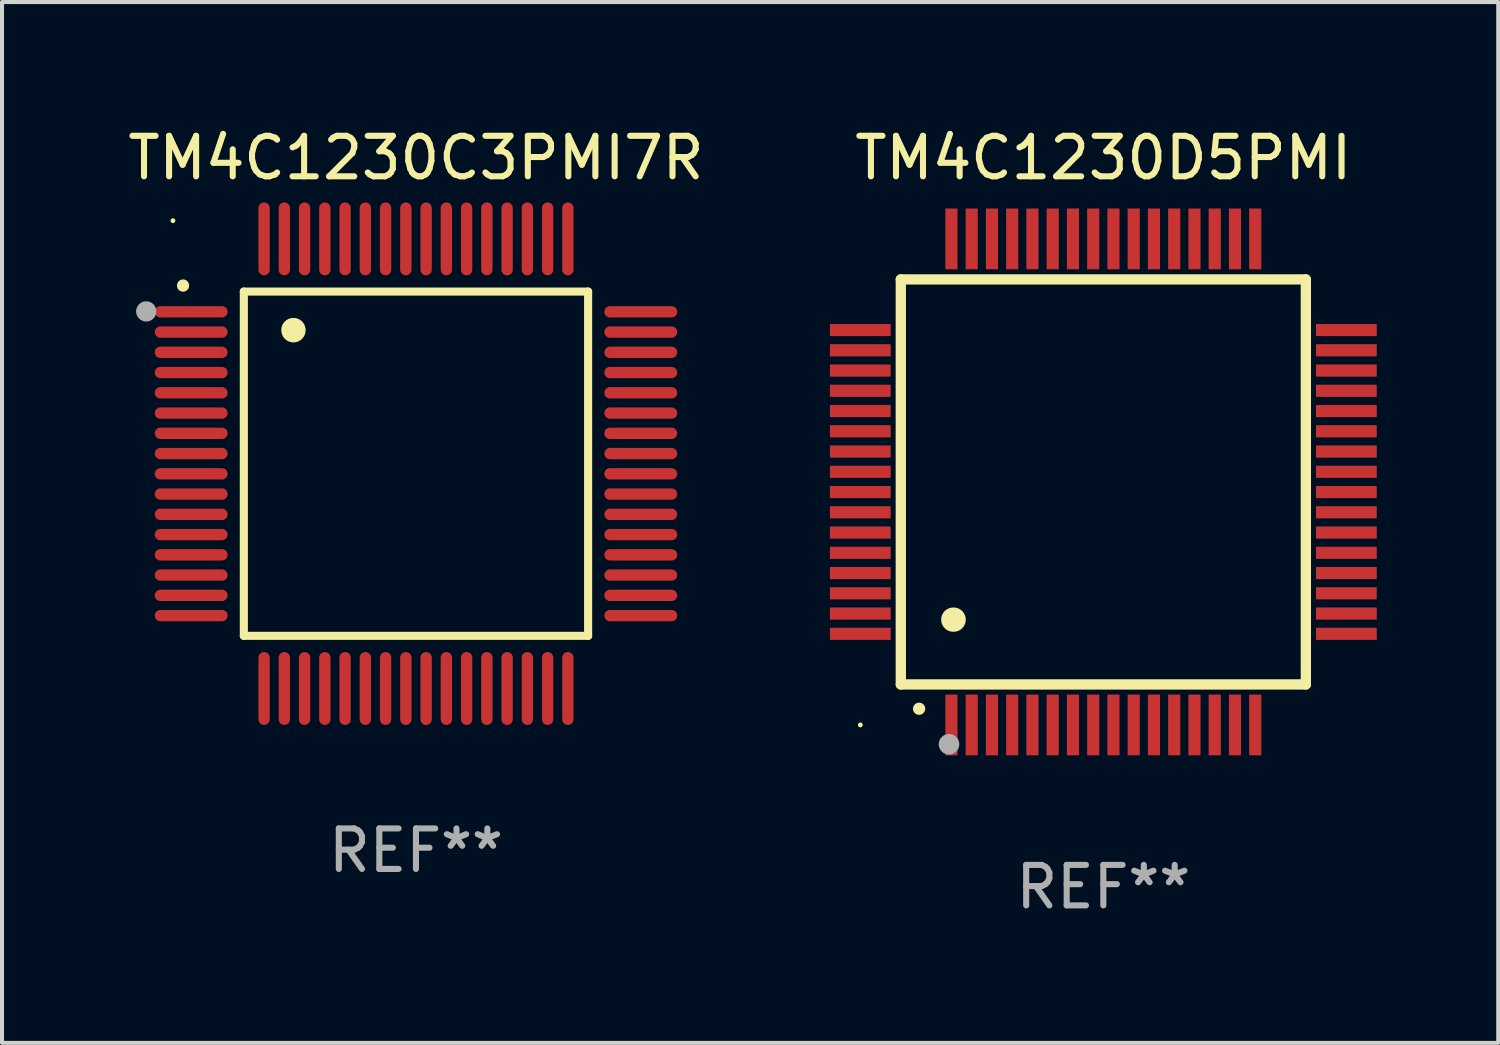
<source format=kicad_pcb>
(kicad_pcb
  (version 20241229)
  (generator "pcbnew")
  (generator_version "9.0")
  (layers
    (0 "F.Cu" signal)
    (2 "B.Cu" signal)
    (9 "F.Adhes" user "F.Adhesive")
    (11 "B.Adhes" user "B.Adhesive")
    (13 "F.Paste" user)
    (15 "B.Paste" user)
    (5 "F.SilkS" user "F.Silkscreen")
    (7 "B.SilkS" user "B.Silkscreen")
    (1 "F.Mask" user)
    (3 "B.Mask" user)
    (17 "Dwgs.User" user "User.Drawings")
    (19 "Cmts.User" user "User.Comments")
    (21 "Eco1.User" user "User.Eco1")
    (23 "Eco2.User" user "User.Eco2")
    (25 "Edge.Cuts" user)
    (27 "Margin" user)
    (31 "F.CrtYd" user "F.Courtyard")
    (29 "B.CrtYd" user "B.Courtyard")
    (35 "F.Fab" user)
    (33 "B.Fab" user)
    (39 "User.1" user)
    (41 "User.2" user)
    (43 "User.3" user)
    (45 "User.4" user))
  (footprint "TM4C1230C3PMI7R"
    (layer "F.Cu")
    (at 7.22 8.398)
    (property "Reference" "TM4C1230C3PMI7R" (at 0 -7.55 0) (layer "F.SilkS") (effects (font (size 1 1) (thickness 0.15))))
    (attr through_hole)
    (fp_line (start -4.25 -4.25) (end -4.25 4.25) (stroke (width 0.2) (type solid)) (layer "F.SilkS"))
    (fp_line (start -4.25 4.25) (end 4.25 4.25) (stroke (width 0.2) (type solid)) (layer "F.SilkS"))
    (fp_line (start 4.25 -4.25) (end -4.25 -4.25) (stroke (width 0.2) (type solid)) (layer "F.SilkS"))
    (fp_line (start 4.25 4.25) (end 4.25 -4.25) (stroke (width 0.2) (type solid)) (layer "F.SilkS"))
    (fp_arc (start -5.750572 -4.396749) (mid -5.750577 -4.398019) (end -5.750572 -4.399289) (stroke (width 0.3) (type solid)) (layer "F.SilkS"))
    (fp_arc (start -3.025146 -3.294387) (mid -3.025157 -3.296927) (end -3.025146 -3.299467) (stroke (width 0.6) (type solid)) (layer "F.SilkS"))
    (fp_circle (center -6 -6) (end -5.97 -6) (stroke (width 0.06) (type solid)) (fill no) (layer "F.SilkS"))
    (fp_circle (center -6.66 -3.76) (end -6.535 -3.76) (stroke (width 0.25) (type solid)) (fill no) (layer "F.Fab"))
    (fp_text user "REF**" (at 0 9.55 0) (layer "F.Fab") (effects (font (size 1 1) (thickness 0.15))))
    (pad "1" smd oval (at -5.55 -3.75) (size 1.8 0.28) (layers "F.Cu" "F.Mask" "F.Paste"))
    (pad "2" smd oval (at -5.55 -3.25) (size 1.8 0.28) (layers "F.Cu" "F.Mask" "F.Paste"))
    (pad "3" smd oval (at -5.55 -2.75) (size 1.8 0.28) (layers "F.Cu" "F.Mask" "F.Paste"))
    (pad "4" smd oval (at -5.55 -2.25) (size 1.8 0.28) (layers "F.Cu" "F.Mask" "F.Paste"))
    (pad "5" smd oval (at -5.55 -1.75) (size 1.8 0.28) (layers "F.Cu" "F.Mask" "F.Paste"))
    (pad "6" smd oval (at -5.55 -1.25) (size 1.8 0.28) (layers "F.Cu" "F.Mask" "F.Paste"))
    (pad "7" smd oval (at -5.55 -0.75) (size 1.8 0.28) (layers "F.Cu" "F.Mask" "F.Paste"))
    (pad "8" smd oval (at -5.55 -0.25) (size 1.8 0.28) (layers "F.Cu" "F.Mask" "F.Paste"))
    (pad "9" smd oval (at -5.55 0.25) (size 1.8 0.28) (layers "F.Cu" "F.Mask" "F.Paste"))
    (pad "10" smd oval (at -5.55 0.75) (size 1.8 0.28) (layers "F.Cu" "F.Mask" "F.Paste"))
    (pad "11" smd oval (at -5.55 1.25) (size 1.8 0.28) (layers "F.Cu" "F.Mask" "F.Paste"))
    (pad "12" smd oval (at -5.55 1.75) (size 1.8 0.28) (layers "F.Cu" "F.Mask" "F.Paste"))
    (pad "13" smd oval (at -5.55 2.25) (size 1.8 0.28) (layers "F.Cu" "F.Mask" "F.Paste"))
    (pad "14" smd oval (at -5.55 2.75) (size 1.8 0.28) (layers "F.Cu" "F.Mask" "F.Paste"))
    (pad "15" smd oval (at -5.55 3.25) (size 1.8 0.28) (layers "F.Cu" "F.Mask" "F.Paste"))
    (pad "16" smd oval (at -5.55 3.75) (size 1.8 0.28) (layers "F.Cu" "F.Mask" "F.Paste"))
    (pad "17" smd oval (at -3.75 5.55) (size 0.28 1.8) (layers "F.Cu" "F.Mask" "F.Paste"))
    (pad "18" smd oval (at -3.25 5.55) (size 0.28 1.8) (layers "F.Cu" "F.Mask" "F.Paste"))
    (pad "19" smd oval (at -2.75 5.55) (size 0.28 1.8) (layers "F.Cu" "F.Mask" "F.Paste"))
    (pad "20" smd oval (at -2.25 5.55) (size 0.28 1.8) (layers "F.Cu" "F.Mask" "F.Paste"))
    (pad "21" smd oval (at -1.75 5.55) (size 0.28 1.8) (layers "F.Cu" "F.Mask" "F.Paste"))
    (pad "22" smd oval (at -1.25 5.55) (size 0.28 1.8) (layers "F.Cu" "F.Mask" "F.Paste"))
    (pad "23" smd oval (at -0.75 5.55) (size 0.28 1.8) (layers "F.Cu" "F.Mask" "F.Paste"))
    (pad "24" smd oval (at -0.25 5.55) (size 0.28 1.8) (layers "F.Cu" "F.Mask" "F.Paste"))
    (pad "25" smd oval (at 0.25 5.55) (size 0.28 1.8) (layers "F.Cu" "F.Mask" "F.Paste"))
    (pad "26" smd oval (at 0.75 5.55) (size 0.28 1.8) (layers "F.Cu" "F.Mask" "F.Paste"))
    (pad "27" smd oval (at 1.25 5.55) (size 0.28 1.8) (layers "F.Cu" "F.Mask" "F.Paste"))
    (pad "28" smd oval (at 1.75 5.55) (size 0.28 1.8) (layers "F.Cu" "F.Mask" "F.Paste"))
    (pad "29" smd oval (at 2.25 5.55) (size 0.28 1.8) (layers "F.Cu" "F.Mask" "F.Paste"))
    (pad "30" smd oval (at 2.75 5.55) (size 0.28 1.8) (layers "F.Cu" "F.Mask" "F.Paste"))
    (pad "31" smd oval (at 3.25 5.55) (size 0.28 1.8) (layers "F.Cu" "F.Mask" "F.Paste"))
    (pad "32" smd oval (at 3.75 5.55) (size 0.28 1.8) (layers "F.Cu" "F.Mask" "F.Paste"))
    (pad "33" smd oval (at 5.55 3.75) (size 1.8 0.28) (layers "F.Cu" "F.Mask" "F.Paste"))
    (pad "34" smd oval (at 5.55 3.25) (size 1.8 0.28) (layers "F.Cu" "F.Mask" "F.Paste"))
    (pad "35" smd oval (at 5.55 2.75) (size 1.8 0.28) (layers "F.Cu" "F.Mask" "F.Paste"))
    (pad "36" smd oval (at 5.55 2.25) (size 1.8 0.28) (layers "F.Cu" "F.Mask" "F.Paste"))
    (pad "37" smd oval (at 5.55 1.75) (size 1.8 0.28) (layers "F.Cu" "F.Mask" "F.Paste"))
    (pad "38" smd oval (at 5.55 1.25) (size 1.8 0.28) (layers "F.Cu" "F.Mask" "F.Paste"))
    (pad "39" smd oval (at 5.55 0.75) (size 1.8 0.28) (layers "F.Cu" "F.Mask" "F.Paste"))
    (pad "40" smd oval (at 5.55 0.25) (size 1.8 0.28) (layers "F.Cu" "F.Mask" "F.Paste"))
    (pad "41" smd oval (at 5.55 -0.25) (size 1.8 0.28) (layers "F.Cu" "F.Mask" "F.Paste"))
    (pad "42" smd oval (at 5.55 -0.75) (size 1.8 0.28) (layers "F.Cu" "F.Mask" "F.Paste"))
    (pad "43" smd oval (at 5.55 -1.25) (size 1.8 0.28) (layers "F.Cu" "F.Mask" "F.Paste"))
    (pad "44" smd oval (at 5.55 -1.75) (size 1.8 0.28) (layers "F.Cu" "F.Mask" "F.Paste"))
    (pad "45" smd oval (at 5.55 -2.25) (size 1.8 0.28) (layers "F.Cu" "F.Mask" "F.Paste"))
    (pad "46" smd oval (at 5.55 -2.75) (size 1.8 0.28) (layers "F.Cu" "F.Mask" "F.Paste"))
    (pad "47" smd oval (at 5.55 -3.25) (size 1.8 0.28) (layers "F.Cu" "F.Mask" "F.Paste"))
    (pad "48" smd oval (at 5.55 -3.75) (size 1.8 0.28) (layers "F.Cu" "F.Mask" "F.Paste"))
    (pad "49" smd oval (at 3.75 -5.55) (size 0.28 1.8) (layers "F.Cu" "F.Mask" "F.Paste"))
    (pad "50" smd oval (at 3.25 -5.55) (size 0.28 1.8) (layers "F.Cu" "F.Mask" "F.Paste"))
    (pad "51" smd oval (at 2.75 -5.55) (size 0.28 1.8) (layers "F.Cu" "F.Mask" "F.Paste"))
    (pad "52" smd oval (at 2.25 -5.55) (size 0.28 1.8) (layers "F.Cu" "F.Mask" "F.Paste"))
    (pad "53" smd oval (at 1.75 -5.55) (size 0.28 1.8) (layers "F.Cu" "F.Mask" "F.Paste"))
    (pad "54" smd oval (at 1.25 -5.55) (size 0.28 1.8) (layers "F.Cu" "F.Mask" "F.Paste"))
    (pad "55" smd oval (at 0.75 -5.55) (size 0.28 1.8) (layers "F.Cu" "F.Mask" "F.Paste"))
    (pad "56" smd oval (at 0.25 -5.55) (size 0.28 1.8) (layers "F.Cu" "F.Mask" "F.Paste"))
    (pad "57" smd oval (at -0.25 -5.55) (size 0.28 1.8) (layers "F.Cu" "F.Mask" "F.Paste"))
    (pad "58" smd oval (at -0.75 -5.55) (size 0.28 1.8) (layers "F.Cu" "F.Mask" "F.Paste"))
    (pad "59" smd oval (at -1.25 -5.55) (size 0.28 1.8) (layers "F.Cu" "F.Mask" "F.Paste"))
    (pad "60" smd oval (at -1.75 -5.55) (size 0.28 1.8) (layers "F.Cu" "F.Mask" "F.Paste"))
    (pad "61" smd oval (at -2.25 -5.55) (size 0.28 1.8) (layers "F.Cu" "F.Mask" "F.Paste"))
    (pad "62" smd oval (at -2.75 -5.55) (size 0.28 1.8) (layers "F.Cu" "F.Mask" "F.Paste"))
    (pad "63" smd oval (at -3.25 -5.55) (size 0.28 1.8) (layers "F.Cu" "F.Mask" "F.Paste"))
    (pad "64" smd oval (at -3.75 -5.55) (size 0.28 1.8) (layers "F.Cu" "F.Mask" "F.Paste")))
  (footprint "TM4C1230D5PMI"
    (layer "F.Cu")
    (at 24.19 8.848)
    (property "Reference" "TM4C1230D5PMI" (at 0 -8 0) (layer "F.SilkS") (effects (font (size 1 1) (thickness 0.15))))
    (attr through_hole)
    (fp_line (start -5 -5) (end -5 5) (stroke (width 0.254) (type solid)) (layer "F.SilkS"))
    (fp_line (start -5 -5) (end 5 -5) (stroke (width 0.254) (type solid)) (layer "F.SilkS"))
    (fp_line (start -5 5) (end 5 5) (stroke (width 0.254) (type solid)) (layer "F.SilkS"))
    (fp_line (start 5 -5) (end 5 5) (stroke (width 0.254) (type solid)) (layer "F.SilkS"))
    (fp_arc (start -4.549987 5.6) (mid -4.548717 5.599995) (end -4.547447 5.6) (stroke (width 0.3) (type solid)) (layer "F.SilkS"))
    (fp_arc (start -3.703835 3.400076) (mid -3.700025 3.400052) (end -3.696215 3.400076) (stroke (width 0.6) (type solid)) (layer "F.SilkS"))
    (fp_circle (center -6 6) (end -5.97 6) (stroke (width 0.06) (type solid)) (fill no) (layer "F.SilkS"))
    (fp_circle (center -3.81 6.477) (end -3.683 6.477) (stroke (width 0.254) (type solid)) (fill no) (layer "F.Fab"))
    (fp_text user "REF**" (at 0 10 0) (layer "F.Fab") (effects (font (size 1 1) (thickness 0.15))))
    (pad "1" smd rect (at -3.75 6 180) (size 0.3 1.5) (layers "F.Cu" "F.Mask" "F.Paste"))
    (pad "2" smd rect (at -3.25 6 180) (size 0.3 1.5) (layers "F.Cu" "F.Mask" "F.Paste"))
    (pad "3" smd rect (at -2.75 6 180) (size 0.3 1.5) (layers "F.Cu" "F.Mask" "F.Paste"))
    (pad "4" smd rect (at -2.25 6 180) (size 0.3 1.5) (layers "F.Cu" "F.Mask" "F.Paste"))
    (pad "5" smd rect (at -1.75 6 180) (size 0.3 1.5) (layers "F.Cu" "F.Mask" "F.Paste"))
    (pad "6" smd rect (at -1.25 6 180) (size 0.3 1.5) (layers "F.Cu" "F.Mask" "F.Paste"))
    (pad "7" smd rect (at -0.75 6 180) (size 0.3 1.5) (layers "F.Cu" "F.Mask" "F.Paste"))
    (pad "8" smd rect (at -0.25 6 180) (size 0.3 1.5) (layers "F.Cu" "F.Mask" "F.Paste"))
    (pad "9" smd rect (at 0.25 6 180) (size 0.3 1.5) (layers "F.Cu" "F.Mask" "F.Paste"))
    (pad "10" smd rect (at 0.75 6 180) (size 0.3 1.5) (layers "F.Cu" "F.Mask" "F.Paste"))
    (pad "11" smd rect (at 1.25 6 180) (size 0.3 1.5) (layers "F.Cu" "F.Mask" "F.Paste"))
    (pad "12" smd rect (at 1.75 6 180) (size 0.3 1.5) (layers "F.Cu" "F.Mask" "F.Paste"))
    (pad "13" smd rect (at 2.25 6 180) (size 0.3 1.5) (layers "F.Cu" "F.Mask" "F.Paste"))
    (pad "14" smd rect (at 2.75 6 180) (size 0.3 1.5) (layers "F.Cu" "F.Mask" "F.Paste"))
    (pad "15" smd rect (at 3.25 6 180) (size 0.3 1.5) (layers "F.Cu" "F.Mask" "F.Paste"))
    (pad "16" smd rect (at 3.75 6 180) (size 0.3 1.5) (layers "F.Cu" "F.Mask" "F.Paste"))
    (pad "17" smd rect (at 6 3.75 90) (size 0.3 1.5) (layers "F.Cu" "F.Mask" "F.Paste"))
    (pad "18" smd rect (at 6 3.25 90) (size 0.3 1.5) (layers "F.Cu" "F.Mask" "F.Paste"))
    (pad "19" smd rect (at 6 2.75 90) (size 0.3 1.5) (layers "F.Cu" "F.Mask" "F.Paste"))
    (pad "20" smd rect (at 6 2.25 90) (size 0.3 1.5) (layers "F.Cu" "F.Mask" "F.Paste"))
    (pad "21" smd rect (at 6 1.75 90) (size 0.3 1.5) (layers "F.Cu" "F.Mask" "F.Paste"))
    (pad "22" smd rect (at 6 1.25 90) (size 0.3 1.5) (layers "F.Cu" "F.Mask" "F.Paste"))
    (pad "23" smd rect (at 6 0.75 90) (size 0.3 1.5) (layers "F.Cu" "F.Mask" "F.Paste"))
    (pad "24" smd rect (at 6 0.25 90) (size 0.3 1.5) (layers "F.Cu" "F.Mask" "F.Paste"))
    (pad "25" smd rect (at 6 -0.25 90) (size 0.3 1.5) (layers "F.Cu" "F.Mask" "F.Paste"))
    (pad "26" smd rect (at 6 -0.75 90) (size 0.3 1.5) (layers "F.Cu" "F.Mask" "F.Paste"))
    (pad "27" smd rect (at 6 -1.25 90) (size 0.3 1.5) (layers "F.Cu" "F.Mask" "F.Paste"))
    (pad "28" smd rect (at 6 -1.75 90) (size 0.3 1.5) (layers "F.Cu" "F.Mask" "F.Paste"))
    (pad "29" smd rect (at 6 -2.25 90) (size 0.3 1.5) (layers "F.Cu" "F.Mask" "F.Paste"))
    (pad "30" smd rect (at 6 -2.75 90) (size 0.3 1.5) (layers "F.Cu" "F.Mask" "F.Paste"))
    (pad "31" smd rect (at 6 -3.25 90) (size 0.3 1.5) (layers "F.Cu" "F.Mask" "F.Paste"))
    (pad "32" smd rect (at 6 -3.75 90) (size 0.3 1.5) (layers "F.Cu" "F.Mask" "F.Paste"))
    (pad "33" smd rect (at 3.75 -6 180) (size 0.3 1.5) (layers "F.Cu" "F.Mask" "F.Paste"))
    (pad "34" smd rect (at 3.25 -6 180) (size 0.3 1.5) (layers "F.Cu" "F.Mask" "F.Paste"))
    (pad "35" smd rect (at 2.75 -6 180) (size 0.3 1.5) (layers "F.Cu" "F.Mask" "F.Paste"))
    (pad "36" smd rect (at 2.25 -6 180) (size 0.3 1.5) (layers "F.Cu" "F.Mask" "F.Paste"))
    (pad "37" smd rect (at 1.75 -6 180) (size 0.3 1.5) (layers "F.Cu" "F.Mask" "F.Paste"))
    (pad "38" smd rect (at 1.25 -6 180) (size 0.3 1.5) (layers "F.Cu" "F.Mask" "F.Paste"))
    (pad "39" smd rect (at 0.75 -6 180) (size 0.3 1.5) (layers "F.Cu" "F.Mask" "F.Paste"))
    (pad "40" smd rect (at 0.25 -6 180) (size 0.3 1.5) (layers "F.Cu" "F.Mask" "F.Paste"))
    (pad "41" smd rect (at -0.25 -6 180) (size 0.3 1.5) (layers "F.Cu" "F.Mask" "F.Paste"))
    (pad "42" smd rect (at -0.75 -6 180) (size 0.3 1.5) (layers "F.Cu" "F.Mask" "F.Paste"))
    (pad "43" smd rect (at -1.25 -6 180) (size 0.3 1.5) (layers "F.Cu" "F.Mask" "F.Paste"))
    (pad "44" smd rect (at -1.75 -6 180) (size 0.3 1.5) (layers "F.Cu" "F.Mask" "F.Paste"))
    (pad "45" smd rect (at -2.25 -6 180) (size 0.3 1.5) (layers "F.Cu" "F.Mask" "F.Paste"))
    (pad "46" smd rect (at -2.75 -6 180) (size 0.3 1.5) (layers "F.Cu" "F.Mask" "F.Paste"))
    (pad "47" smd rect (at -3.25 -6 180) (size 0.3 1.5) (layers "F.Cu" "F.Mask" "F.Paste"))
    (pad "48" smd rect (at -3.75 -6 180) (size 0.3 1.5) (layers "F.Cu" "F.Mask" "F.Paste"))
    (pad "49" smd rect (at -6 -3.75 90) (size 0.3 1.5) (layers "F.Cu" "F.Mask" "F.Paste"))
    (pad "50" smd rect (at -6 -3.25 90) (size 0.3 1.5) (layers "F.Cu" "F.Mask" "F.Paste"))
    (pad "51" smd rect (at -6 -2.75 90) (size 0.3 1.5) (layers "F.Cu" "F.Mask" "F.Paste"))
    (pad "52" smd rect (at -6 -2.25 90) (size 0.3 1.5) (layers "F.Cu" "F.Mask" "F.Paste"))
    (pad "53" smd rect (at -6 -1.75 90) (size 0.3 1.5) (layers "F.Cu" "F.Mask" "F.Paste"))
    (pad "54" smd rect (at -6 -1.25 90) (size 0.3 1.5) (layers "F.Cu" "F.Mask" "F.Paste"))
    (pad "55" smd rect (at -6 -0.75 90) (size 0.3 1.5) (layers "F.Cu" "F.Mask" "F.Paste"))
    (pad "56" smd rect (at -6 -0.25 90) (size 0.3 1.5) (layers "F.Cu" "F.Mask" "F.Paste"))
    (pad "57" smd rect (at -6 0.25 90) (size 0.3 1.5) (layers "F.Cu" "F.Mask" "F.Paste"))
    (pad "58" smd rect (at -6 0.75 90) (size 0.3 1.5) (layers "F.Cu" "F.Mask" "F.Paste"))
    (pad "59" smd rect (at -6 1.25 90) (size 0.3 1.5) (layers "F.Cu" "F.Mask" "F.Paste"))
    (pad "60" smd rect (at -6 1.75 90) (size 0.3 1.5) (layers "F.Cu" "F.Mask" "F.Paste"))
    (pad "61" smd rect (at -6 2.25 90) (size 0.3 1.5) (layers "F.Cu" "F.Mask" "F.Paste"))
    (pad "62" smd rect (at -6 2.75 90) (size 0.3 1.5) (layers "F.Cu" "F.Mask" "F.Paste"))
    (pad "63" smd rect (at -6 3.25 90) (size 0.3 1.5) (layers "F.Cu" "F.Mask" "F.Paste"))
    (pad "64" smd rect (at -6 3.75 90) (size 0.3 1.5) (layers "F.Cu" "F.Mask" "F.Paste")))
  (gr_rect
    (start -3 -3)
    (end 33.94 22.697)
    (stroke (width 0.1) (type default))
    (fill no)
    (layer "Edge.Cuts")))
</source>
